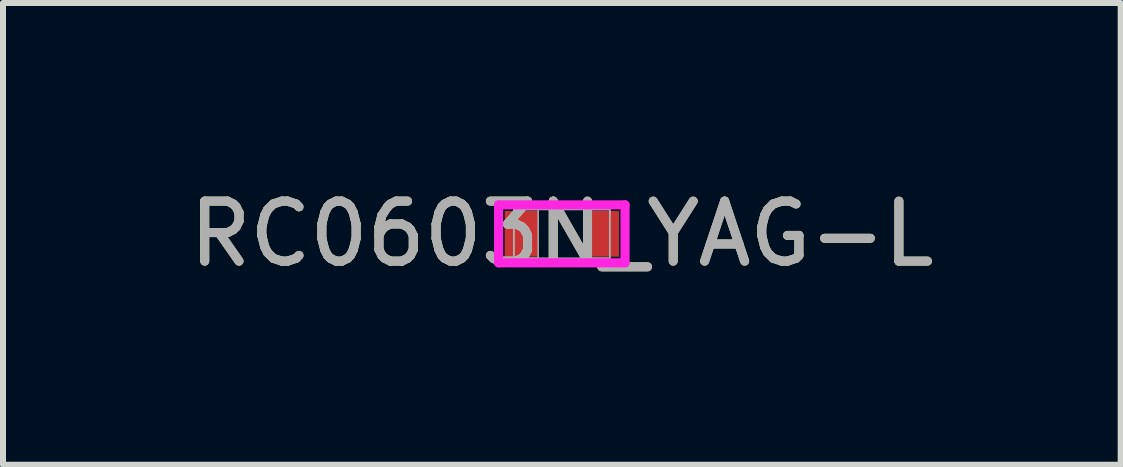
<source format=kicad_pcb>
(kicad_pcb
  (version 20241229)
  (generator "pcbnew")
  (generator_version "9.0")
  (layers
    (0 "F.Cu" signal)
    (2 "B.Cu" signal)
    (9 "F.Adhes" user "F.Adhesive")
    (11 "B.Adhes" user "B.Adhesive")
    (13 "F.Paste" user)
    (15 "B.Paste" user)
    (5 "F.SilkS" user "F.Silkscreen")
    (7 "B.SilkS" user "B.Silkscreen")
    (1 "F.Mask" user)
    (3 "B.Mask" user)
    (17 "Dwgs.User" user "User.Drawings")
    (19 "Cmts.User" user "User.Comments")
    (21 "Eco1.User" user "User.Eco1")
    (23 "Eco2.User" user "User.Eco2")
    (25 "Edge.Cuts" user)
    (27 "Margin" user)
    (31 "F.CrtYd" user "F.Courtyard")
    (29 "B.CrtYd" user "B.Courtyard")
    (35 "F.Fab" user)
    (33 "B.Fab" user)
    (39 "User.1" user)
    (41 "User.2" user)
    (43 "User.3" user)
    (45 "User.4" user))
  (footprint "RC0603N_YAG-L"
    (layer "F.Cu")
    (at 6.315 0.848)
    (property "Reference" "RC0603N_YAG-L" (at 0 0 0) (unlocked yes) (layer "F.SilkS") (effects (font (size 1 1) (thickness 0.15))))
    (attr smd)
    (fp_line (start -1.054 -0.483) (end 1.054 -0.483) (stroke (width 0.152) (type solid)) (layer "F.CrtYd"))
    (fp_line (start -1.054 0.483) (end -1.054 -0.483) (stroke (width 0.152) (type solid)) (layer "F.CrtYd"))
    (fp_line (start 1.054 -0.483) (end 1.054 0.483) (stroke (width 0.152) (type solid)) (layer "F.CrtYd"))
    (fp_line (start 1.054 0.483) (end -1.054 0.483) (stroke (width 0.152) (type solid)) (layer "F.CrtYd"))
    (fp_line (start -0.8 -0.406) (end -0.8 0.406) (stroke (width 0.025) (type solid)) (layer "F.Fab"))
    (fp_line (start -0.8 -0.406) (end -0.8 0.406) (stroke (width 0.025) (type solid)) (layer "F.Fab"))
    (fp_line (start -0.8 0.406) (end -0.394 0.406) (stroke (width 0.025) (type solid)) (layer "F.Fab"))
    (fp_line (start -0.8 0.406) (end 0.8 0.406) (stroke (width 0.025) (type solid)) (layer "F.Fab"))
    (fp_line (start -0.394 -0.406) (end -0.8 -0.406) (stroke (width 0.025) (type solid)) (layer "F.Fab"))
    (fp_line (start -0.394 0.406) (end -0.394 -0.406) (stroke (width 0.025) (type solid)) (layer "F.Fab"))
    (fp_line (start 0.394 -0.406) (end 0.394 0.406) (stroke (width 0.025) (type solid)) (layer "F.Fab"))
    (fp_line (start 0.394 0.406) (end 0.8 0.406) (stroke (width 0.025) (type solid)) (layer "F.Fab"))
    (fp_line (start 0.8 -0.406) (end -0.8 -0.406) (stroke (width 0.025) (type solid)) (layer "F.Fab"))
    (fp_line (start 0.8 -0.406) (end 0.394 -0.406) (stroke (width 0.025) (type solid)) (layer "F.Fab"))
    (fp_line (start 0.8 0.406) (end 0.8 -0.406) (stroke (width 0.025) (type solid)) (layer "F.Fab"))
    (fp_line (start 0.8 0.406) (end 0.8 -0.406) (stroke (width 0.025) (type solid)) (layer "F.Fab"))
    (fp_text user "${REFERENCE}" (at 0 0 0) (unlocked yes) (layer "F.Fab") (effects (font (size 1 1) (thickness 0.15))))
    (pad "1" smd rect (at -0.673 0) (size 0.559 0.762) (layers "F.Cu" "F.Mask" "F.Paste"))
    (pad "2" smd rect (at 0.673 0) (size 0.559 0.762) (layers "F.Cu" "F.Mask" "F.Paste"))
    (zone (net_name "") (layer "F.Cu") (hatch full 0.508) (connect_pads) (min_thickness 0.254) (filled_areas_thickness no) (keepout (tracks not_allowed) (vias not_allowed) (pads allowed) (copperpour not_allowed) (footprints allowed)) (placement (enabled no)) (fill) (polygon (pts (xy 5.973 0.493) (xy 6.658 0.493) (xy 6.658 1.204) (xy 5.973 1.204)))))
  (gr_rect
    (start -3 -3)
    (end 15.631 4.697)
    (stroke (width 0.1) (type default))
    (fill no)
    (layer "Edge.Cuts")))
</source>
